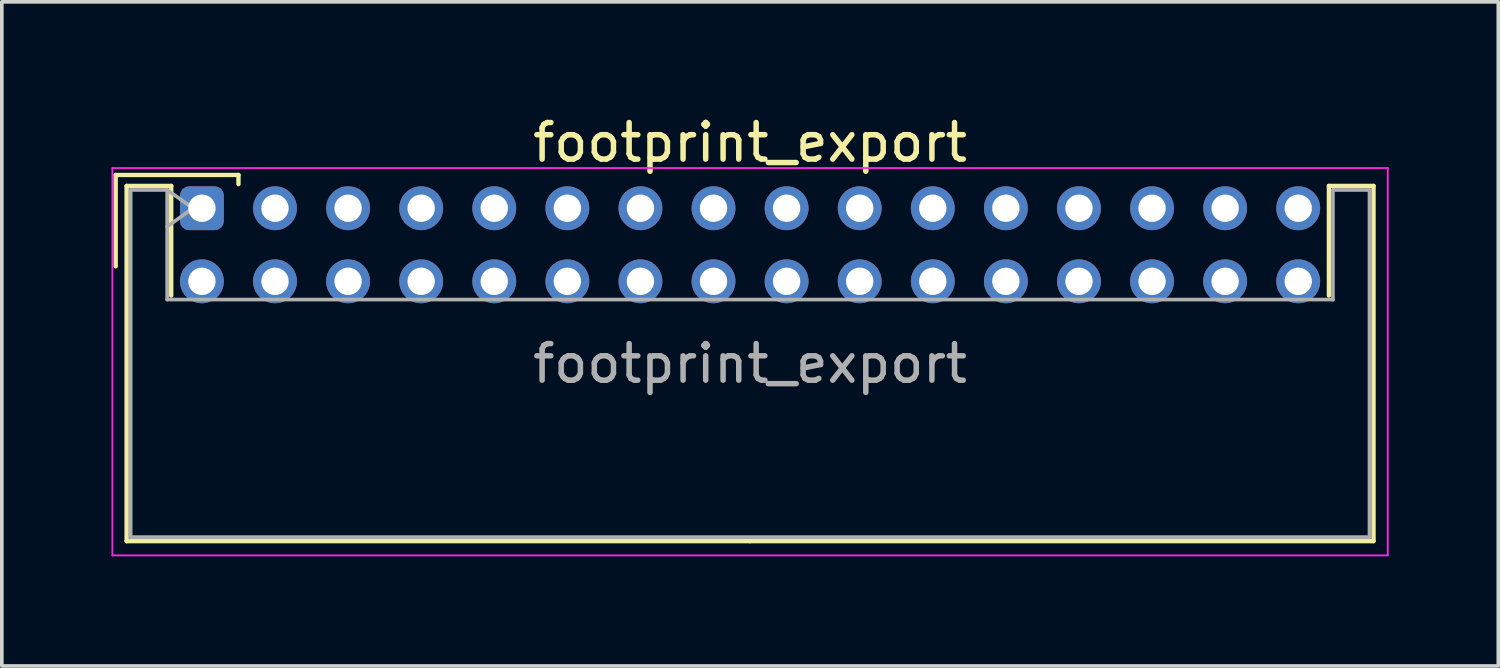
<source format=kicad_pcb>
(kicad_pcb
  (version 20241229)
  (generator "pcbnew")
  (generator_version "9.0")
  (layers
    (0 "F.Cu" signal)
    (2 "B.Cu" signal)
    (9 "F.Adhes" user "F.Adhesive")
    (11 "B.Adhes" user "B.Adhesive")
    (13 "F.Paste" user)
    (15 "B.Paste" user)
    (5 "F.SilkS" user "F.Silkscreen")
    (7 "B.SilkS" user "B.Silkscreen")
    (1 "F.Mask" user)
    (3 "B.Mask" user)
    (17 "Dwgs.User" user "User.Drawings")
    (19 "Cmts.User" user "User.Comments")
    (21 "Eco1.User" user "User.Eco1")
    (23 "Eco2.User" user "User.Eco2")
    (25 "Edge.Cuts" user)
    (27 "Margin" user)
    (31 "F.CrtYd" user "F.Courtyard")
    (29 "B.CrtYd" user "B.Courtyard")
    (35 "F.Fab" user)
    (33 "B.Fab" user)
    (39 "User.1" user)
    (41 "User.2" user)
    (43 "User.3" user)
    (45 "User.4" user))
  (footprint "footprint_export"
    (layer "F.Cu")
    (at 2.475 2.648)
    (property "Reference" "footprint_export" (at 15 -1.8 0) (layer "F.SilkS") (effects (font (size 1 1) (thickness 0.15))))
    (attr through_hole)
    (fp_line (start -2.36 -0.91) (end -2.36 1.59) (stroke (width 0.12) (type solid)) (layer "F.SilkS"))
    (fp_line (start -2.06 -0.61) (end -2.06 9.11) (stroke (width 0.12) (type solid)) (layer "F.SilkS"))
    (fp_line (start -2.06 9.11) (end 15 9.11) (stroke (width 0.12) (type solid)) (layer "F.SilkS"))
    (fp_line (start -0.84 -0.61) (end -2.06 -0.61) (stroke (width 0.12) (type solid)) (layer "F.SilkS"))
    (fp_line (start -0.84 2.39) (end -0.84 -0.61) (stroke (width 0.12) (type solid)) (layer "F.SilkS"))
    (fp_line (start 1 -0.91) (end -2.36 -0.91) (stroke (width 0.12) (type solid)) (layer "F.SilkS"))
    (fp_line (start 1 -0.66) (end 1 -0.91) (stroke (width 0.12) (type solid)) (layer "F.SilkS"))
    (fp_line (start 30.84 -0.61) (end 32.06 -0.61) (stroke (width 0.12) (type solid)) (layer "F.SilkS"))
    (fp_line (start 30.84 2.39) (end 30.84 -0.61) (stroke (width 0.12) (type solid)) (layer "F.SilkS"))
    (fp_line (start 32.06 -0.61) (end 32.06 9.11) (stroke (width 0.12) (type solid)) (layer "F.SilkS"))
    (fp_line (start 32.06 9.11) (end 15 9.11) (stroke (width 0.12) (type solid)) (layer "F.SilkS"))
    (fp_line (start -2.45 -1.1) (end -2.45 9.5) (stroke (width 0.05) (type solid)) (layer "F.CrtYd"))
    (fp_line (start -2.45 9.5) (end 32.45 9.5) (stroke (width 0.05) (type solid)) (layer "F.CrtYd"))
    (fp_line (start 32.45 -1.1) (end -2.45 -1.1) (stroke (width 0.05) (type solid)) (layer "F.CrtYd"))
    (fp_line (start 32.45 9.5) (end 32.45 -1.1) (stroke (width 0.05) (type solid)) (layer "F.CrtYd"))
    (fp_line (start -1.95 -0.5) (end -0.95 -0.5) (stroke (width 0.1) (type solid)) (layer "F.Fab"))
    (fp_line (start -1.95 9) (end -1.95 -0.5) (stroke (width 0.1) (type solid)) (layer "F.Fab"))
    (fp_line (start -0.95 -0.5) (end -0.95 2.5) (stroke (width 0.1) (type solid)) (layer "F.Fab"))
    (fp_line (start -0.95 -0.5) (end -0.243 0) (stroke (width 0.1) (type solid)) (layer "F.Fab"))
    (fp_line (start -0.95 2.5) (end 30.95 2.5) (stroke (width 0.1) (type solid)) (layer "F.Fab"))
    (fp_line (start -0.243 0) (end -0.95 0.5) (stroke (width 0.1) (type solid)) (layer "F.Fab"))
    (fp_line (start 30.95 -0.5) (end 31.95 -0.5) (stroke (width 0.1) (type solid)) (layer "F.Fab"))
    (fp_line (start 30.95 2.5) (end 30.95 -0.5) (stroke (width 0.1) (type solid)) (layer "F.Fab"))
    (fp_line (start 31.95 -0.5) (end 31.95 9) (stroke (width 0.1) (type solid)) (layer "F.Fab"))
    (fp_line (start 31.95 9) (end -1.95 9) (stroke (width 0.1) (type solid)) (layer "F.Fab"))
    (fp_text user "${REFERENCE}" (at 15 4.25 0) (layer "F.Fab") (effects (font (size 1 1) (thickness 0.15))))
    (pad "1" thru_hole roundrect (at 0 0) (size 1.2 1.2) (drill 0.75) (layers "*.Cu" "*.Mask") (roundrect_rratio 0.208))
    (pad "2" thru_hole circle (at 0 2) (size 1.2 1.2) (drill 0.75) (layers "*.Cu" "*.Mask"))
    (pad "3" thru_hole circle (at 2 0) (size 1.2 1.2) (drill 0.75) (layers "*.Cu" "*.Mask"))
    (pad "4" thru_hole circle (at 2 2) (size 1.2 1.2) (drill 0.75) (layers "*.Cu" "*.Mask"))
    (pad "5" thru_hole circle (at 4 0) (size 1.2 1.2) (drill 0.75) (layers "*.Cu" "*.Mask"))
    (pad "6" thru_hole circle (at 4 2) (size 1.2 1.2) (drill 0.75) (layers "*.Cu" "*.Mask"))
    (pad "7" thru_hole circle (at 6 0) (size 1.2 1.2) (drill 0.75) (layers "*.Cu" "*.Mask"))
    (pad "8" thru_hole circle (at 6 2) (size 1.2 1.2) (drill 0.75) (layers "*.Cu" "*.Mask"))
    (pad "9" thru_hole circle (at 8 0) (size 1.2 1.2) (drill 0.75) (layers "*.Cu" "*.Mask"))
    (pad "10" thru_hole circle (at 8 2) (size 1.2 1.2) (drill 0.75) (layers "*.Cu" "*.Mask"))
    (pad "11" thru_hole circle (at 10 0) (size 1.2 1.2) (drill 0.75) (layers "*.Cu" "*.Mask"))
    (pad "12" thru_hole circle (at 10 2) (size 1.2 1.2) (drill 0.75) (layers "*.Cu" "*.Mask"))
    (pad "13" thru_hole circle (at 12 0) (size 1.2 1.2) (drill 0.75) (layers "*.Cu" "*.Mask"))
    (pad "14" thru_hole circle (at 12 2) (size 1.2 1.2) (drill 0.75) (layers "*.Cu" "*.Mask"))
    (pad "15" thru_hole circle (at 14 0) (size 1.2 1.2) (drill 0.75) (layers "*.Cu" "*.Mask"))
    (pad "16" thru_hole circle (at 14 2) (size 1.2 1.2) (drill 0.75) (layers "*.Cu" "*.Mask"))
    (pad "17" thru_hole circle (at 16 0) (size 1.2 1.2) (drill 0.75) (layers "*.Cu" "*.Mask"))
    (pad "18" thru_hole circle (at 16 2) (size 1.2 1.2) (drill 0.75) (layers "*.Cu" "*.Mask"))
    (pad "19" thru_hole circle (at 18 0) (size 1.2 1.2) (drill 0.75) (layers "*.Cu" "*.Mask"))
    (pad "20" thru_hole circle (at 18 2) (size 1.2 1.2) (drill 0.75) (layers "*.Cu" "*.Mask"))
    (pad "21" thru_hole circle (at 20 0) (size 1.2 1.2) (drill 0.75) (layers "*.Cu" "*.Mask"))
    (pad "22" thru_hole circle (at 20 2) (size 1.2 1.2) (drill 0.75) (layers "*.Cu" "*.Mask"))
    (pad "23" thru_hole circle (at 22 0) (size 1.2 1.2) (drill 0.75) (layers "*.Cu" "*.Mask"))
    (pad "24" thru_hole circle (at 22 2) (size 1.2 1.2) (drill 0.75) (layers "*.Cu" "*.Mask"))
    (pad "25" thru_hole circle (at 24 0) (size 1.2 1.2) (drill 0.75) (layers "*.Cu" "*.Mask"))
    (pad "26" thru_hole circle (at 24 2) (size 1.2 1.2) (drill 0.75) (layers "*.Cu" "*.Mask"))
    (pad "27" thru_hole circle (at 26 0) (size 1.2 1.2) (drill 0.75) (layers "*.Cu" "*.Mask"))
    (pad "28" thru_hole circle (at 26 2) (size 1.2 1.2) (drill 0.75) (layers "*.Cu" "*.Mask"))
    (pad "29" thru_hole circle (at 28 0) (size 1.2 1.2) (drill 0.75) (layers "*.Cu" "*.Mask"))
    (pad "30" thru_hole circle (at 28 2) (size 1.2 1.2) (drill 0.75) (layers "*.Cu" "*.Mask"))
    (pad "31" thru_hole circle (at 30 0) (size 1.2 1.2) (drill 0.75) (layers "*.Cu" "*.Mask"))
    (pad "32" thru_hole circle (at 30 2) (size 1.2 1.2) (drill 0.75) (layers "*.Cu" "*.Mask")))
  (gr_rect
    (start -3 -3)
    (end 37.95 15.173)
    (stroke (width 0.1) (type default))
    (fill no)
    (layer "Edge.Cuts")))
</source>
